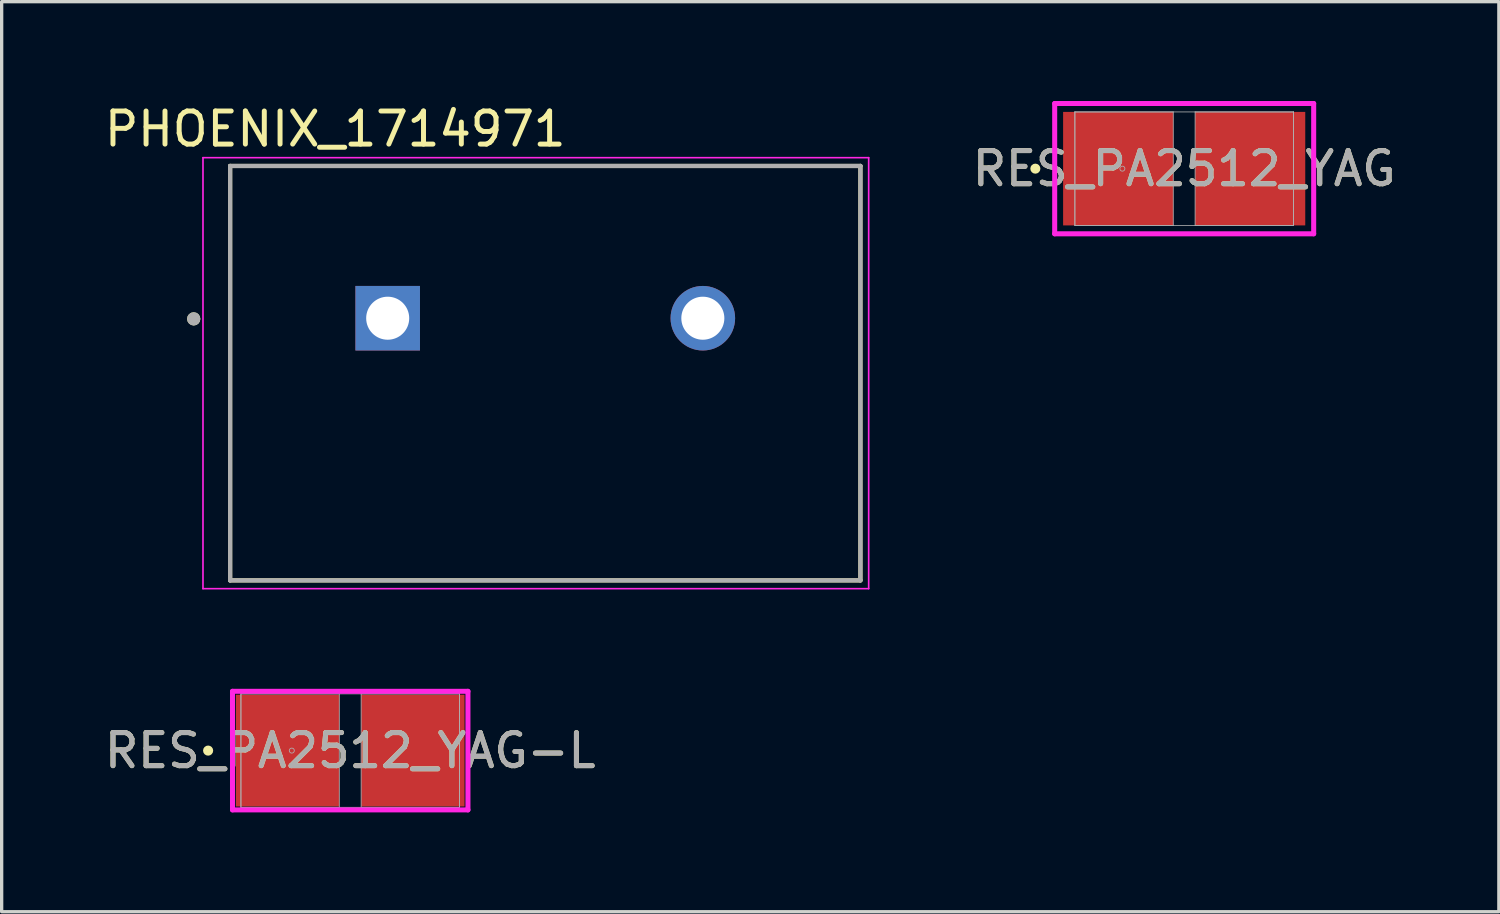
<source format=kicad_pcb>
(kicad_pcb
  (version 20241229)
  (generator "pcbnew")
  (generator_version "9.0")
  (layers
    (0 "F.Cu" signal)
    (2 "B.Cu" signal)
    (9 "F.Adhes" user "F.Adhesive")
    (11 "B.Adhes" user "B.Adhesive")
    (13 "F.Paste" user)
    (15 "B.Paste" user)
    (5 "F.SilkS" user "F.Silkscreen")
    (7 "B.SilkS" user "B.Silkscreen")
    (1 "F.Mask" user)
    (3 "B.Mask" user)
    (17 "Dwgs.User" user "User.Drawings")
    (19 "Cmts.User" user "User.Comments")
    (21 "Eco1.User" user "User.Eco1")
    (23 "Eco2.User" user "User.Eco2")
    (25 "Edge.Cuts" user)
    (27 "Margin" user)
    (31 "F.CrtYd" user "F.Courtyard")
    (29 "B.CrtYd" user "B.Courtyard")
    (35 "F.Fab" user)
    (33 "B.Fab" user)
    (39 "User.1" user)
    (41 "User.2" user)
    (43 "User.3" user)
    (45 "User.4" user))
  (footprint "RES_PA2512_YAG"
    (layer "F.Cu")
    (at 32.723 2.045)
    (property "Reference" "RES_PA2512_YAG" (at 0 0 0) (unlocked yes) (layer "F.SilkS") (effects (font (size 1 1) (thickness 0.15))))
    (attr smd)
    (fp_circle (center -4.496 0) (end -4.42 0) (stroke (width 0.152) (type solid)) (fill no) (layer "F.SilkS"))
    (fp_line (start -3.912 -1.968) (end 3.912 -1.968) (stroke (width 0.152) (type solid)) (layer "F.CrtYd"))
    (fp_line (start -3.912 1.968) (end -3.912 -1.968) (stroke (width 0.152) (type solid)) (layer "F.CrtYd"))
    (fp_line (start 3.912 -1.968) (end 3.912 1.968) (stroke (width 0.152) (type solid)) (layer "F.CrtYd"))
    (fp_line (start 3.912 1.968) (end -3.912 1.968) (stroke (width 0.152) (type solid)) (layer "F.CrtYd"))
    (fp_line (start -3.302 -1.714) (end -3.302 1.714) (stroke (width 0.025) (type solid)) (layer "F.Fab"))
    (fp_line (start -3.302 -1.714) (end -3.302 1.714) (stroke (width 0.025) (type solid)) (layer "F.Fab"))
    (fp_line (start -3.302 1.714) (end -0.33 1.714) (stroke (width 0.025) (type solid)) (layer "F.Fab"))
    (fp_line (start -3.302 1.714) (end 3.302 1.714) (stroke (width 0.025) (type solid)) (layer "F.Fab"))
    (fp_line (start -0.33 -1.714) (end -3.302 -1.714) (stroke (width 0.025) (type solid)) (layer "F.Fab"))
    (fp_line (start -0.33 1.714) (end -0.33 -1.714) (stroke (width 0.025) (type solid)) (layer "F.Fab"))
    (fp_line (start 0.33 -1.714) (end 0.33 1.714) (stroke (width 0.025) (type solid)) (layer "F.Fab"))
    (fp_line (start 0.33 1.714) (end 3.302 1.714) (stroke (width 0.025) (type solid)) (layer "F.Fab"))
    (fp_line (start 3.302 -1.714) (end -3.302 -1.714) (stroke (width 0.025) (type solid)) (layer "F.Fab"))
    (fp_line (start 3.302 -1.714) (end 0.33 -1.714) (stroke (width 0.025) (type solid)) (layer "F.Fab"))
    (fp_line (start 3.302 1.714) (end 3.302 -1.714) (stroke (width 0.025) (type solid)) (layer "F.Fab"))
    (fp_line (start 3.302 1.714) (end 3.302 -1.714) (stroke (width 0.025) (type solid)) (layer "F.Fab"))
    (fp_circle (center -1.867 0) (end -1.791 0) (stroke (width 0.025) (type solid)) (fill no) (layer "F.Fab"))
    (fp_text user "${REFERENCE}" (at 0 0 0) (unlocked yes) (layer "F.Fab") (effects (font (size 1 1) (thickness 0.15))))
    (pad "1" smd rect (at -1.994 0) (size 3.327 3.429) (layers "F.Cu" "F.Mask" "F.Paste"))
    (pad "2" smd rect (at 1.994 0) (size 3.327 3.429) (layers "F.Cu" "F.Mask" "F.Paste"))
    (zone (net_name "") (layer "F.Cu") (hatch full 0.508) (connect_pads) (min_thickness 0.254) (filled_areas_thickness no) (keepout (tracks not_allowed) (vias not_allowed) (pads allowed) (copperpour not_allowed) (footprints allowed)) (placement (enabled no)) (fill) (polygon (pts (xy 32.444 0.381) (xy 33.003 0.381) (xy 33.003 3.708) (xy 32.444 3.708)))))
  (footprint "RES_PA2512_YAG-L"
    (layer "F.Cu")
    (at 7.53 19.625)
    (property "Reference" "RES_PA2512_YAG-L" (at 0 0 0) (unlocked yes) (layer "F.SilkS") (effects (font (size 1 1) (thickness 0.15))))
    (attr smd)
    (fp_circle (center -4.293 0) (end -4.216 0) (stroke (width 0.152) (type solid)) (fill no) (layer "F.SilkS"))
    (fp_line (start -3.556 -1.791) (end 3.556 -1.791) (stroke (width 0.152) (type solid)) (layer "F.CrtYd"))
    (fp_line (start -3.556 1.791) (end -3.556 -1.791) (stroke (width 0.152) (type solid)) (layer "F.CrtYd"))
    (fp_line (start 3.556 -1.791) (end 3.556 1.791) (stroke (width 0.152) (type solid)) (layer "F.CrtYd"))
    (fp_line (start 3.556 1.791) (end -3.556 1.791) (stroke (width 0.152) (type solid)) (layer "F.CrtYd"))
    (fp_line (start -3.302 -1.714) (end -3.302 1.714) (stroke (width 0.025) (type solid)) (layer "F.Fab"))
    (fp_line (start -3.302 -1.714) (end -3.302 1.714) (stroke (width 0.025) (type solid)) (layer "F.Fab"))
    (fp_line (start -3.302 1.714) (end -0.33 1.714) (stroke (width 0.025) (type solid)) (layer "F.Fab"))
    (fp_line (start -3.302 1.714) (end 3.302 1.714) (stroke (width 0.025) (type solid)) (layer "F.Fab"))
    (fp_line (start -0.33 -1.714) (end -3.302 -1.714) (stroke (width 0.025) (type solid)) (layer "F.Fab"))
    (fp_line (start -0.33 1.714) (end -0.33 -1.714) (stroke (width 0.025) (type solid)) (layer "F.Fab"))
    (fp_line (start 0.33 -1.714) (end 0.33 1.714) (stroke (width 0.025) (type solid)) (layer "F.Fab"))
    (fp_line (start 0.33 1.714) (end 3.302 1.714) (stroke (width 0.025) (type solid)) (layer "F.Fab"))
    (fp_line (start 3.302 -1.714) (end -3.302 -1.714) (stroke (width 0.025) (type solid)) (layer "F.Fab"))
    (fp_line (start 3.302 -1.714) (end 0.33 -1.714) (stroke (width 0.025) (type solid)) (layer "F.Fab"))
    (fp_line (start 3.302 1.714) (end 3.302 -1.714) (stroke (width 0.025) (type solid)) (layer "F.Fab"))
    (fp_line (start 3.302 1.714) (end 3.302 -1.714) (stroke (width 0.025) (type solid)) (layer "F.Fab"))
    (fp_circle (center -1.765 0) (end -1.689 0) (stroke (width 0.025) (type solid)) (fill no) (layer "F.Fab"))
    (fp_text user "${REFERENCE}" (at 0 0 0) (unlocked yes) (layer "F.Fab") (effects (font (size 1 1) (thickness 0.15))))
    (pad "1" smd rect (at -1.892 0) (size 3.124 3.378) (layers "F.Cu" "F.Mask" "F.Paste"))
    (pad "2" smd rect (at 1.892 0) (size 3.124 3.378) (layers "F.Cu" "F.Mask" "F.Paste"))
    (zone (net_name "") (layer "F.Cu") (hatch full 0.508) (connect_pads) (min_thickness 0.254) (filled_areas_thickness no) (keepout (tracks not_allowed) (vias not_allowed) (pads allowed) (copperpour not_allowed) (footprints allowed)) (placement (enabled no)) (fill) (polygon (pts (xy 7.25 17.961) (xy 7.809 17.961) (xy 7.809 21.289) (xy 7.25 21.289)))))
  (footprint "PHOENIX_1714971"
    (layer "F.Cu")
    (at 3.902 14.483)
    (property "Reference" "PHOENIX_1714971" (at 3.175 -13.635 0) (layer "F.SilkS") (effects (font (size 1 1) (thickness 0.15))))
    (attr through_hole)
    (fp_line (start 0 -12.52) (end 0 0) (stroke (width 0.127) (type solid)) (layer "F.SilkS"))
    (fp_line (start 0 0) (end 19.04 0) (stroke (width 0.127) (type solid)) (layer "F.SilkS"))
    (fp_line (start 19.04 -12.52) (end 0 -12.52) (stroke (width 0.127) (type solid)) (layer "F.SilkS"))
    (fp_line (start 19.04 0) (end 19.04 -12.52) (stroke (width 0.127) (type solid)) (layer "F.SilkS"))
    (fp_circle (center -1.1 -7.9) (end -1 -7.9) (stroke (width 0.2) (type solid)) (fill no) (layer "F.SilkS"))
    (fp_line (start -0.82 -12.77) (end -0.82 0.25) (stroke (width 0.05) (type solid)) (layer "F.CrtYd"))
    (fp_line (start -0.82 0.25) (end 19.29 0.25) (stroke (width 0.05) (type solid)) (layer "F.CrtYd"))
    (fp_line (start 19.29 -12.77) (end -0.82 -12.77) (stroke (width 0.05) (type solid)) (layer "F.CrtYd"))
    (fp_line (start 19.29 0.25) (end 19.29 -12.77) (stroke (width 0.05) (type solid)) (layer "F.CrtYd"))
    (fp_line (start 0 -12.52) (end 0 0) (stroke (width 0.127) (type solid)) (layer "F.Fab"))
    (fp_line (start 0 0) (end 19.04 0) (stroke (width 0.127) (type solid)) (layer "F.Fab"))
    (fp_line (start 19.04 -12.52) (end 0 -12.52) (stroke (width 0.127) (type solid)) (layer "F.Fab"))
    (fp_line (start 19.04 0) (end 19.04 -12.52) (stroke (width 0.127) (type solid)) (layer "F.Fab"))
    (fp_circle (center -1.1 -7.9) (end -1 -7.9) (stroke (width 0.2) (type solid)) (fill no) (layer "F.Fab"))
    (pad "1" thru_hole rect (at 4.76 -7.92) (size 1.95 1.95) (drill 1.3) (layers "*.Cu" "*.Mask"))
    (pad "2" thru_hole circle (at 14.28 -7.92) (size 1.95 1.95) (drill 1.3) (layers "*.Cu" "*.Mask")))
  (gr_rect
    (start -3 -3)
    (end 42.229 24.492)
    (stroke (width 0.1) (type default))
    (fill no)
    (layer "Edge.Cuts")))
</source>
